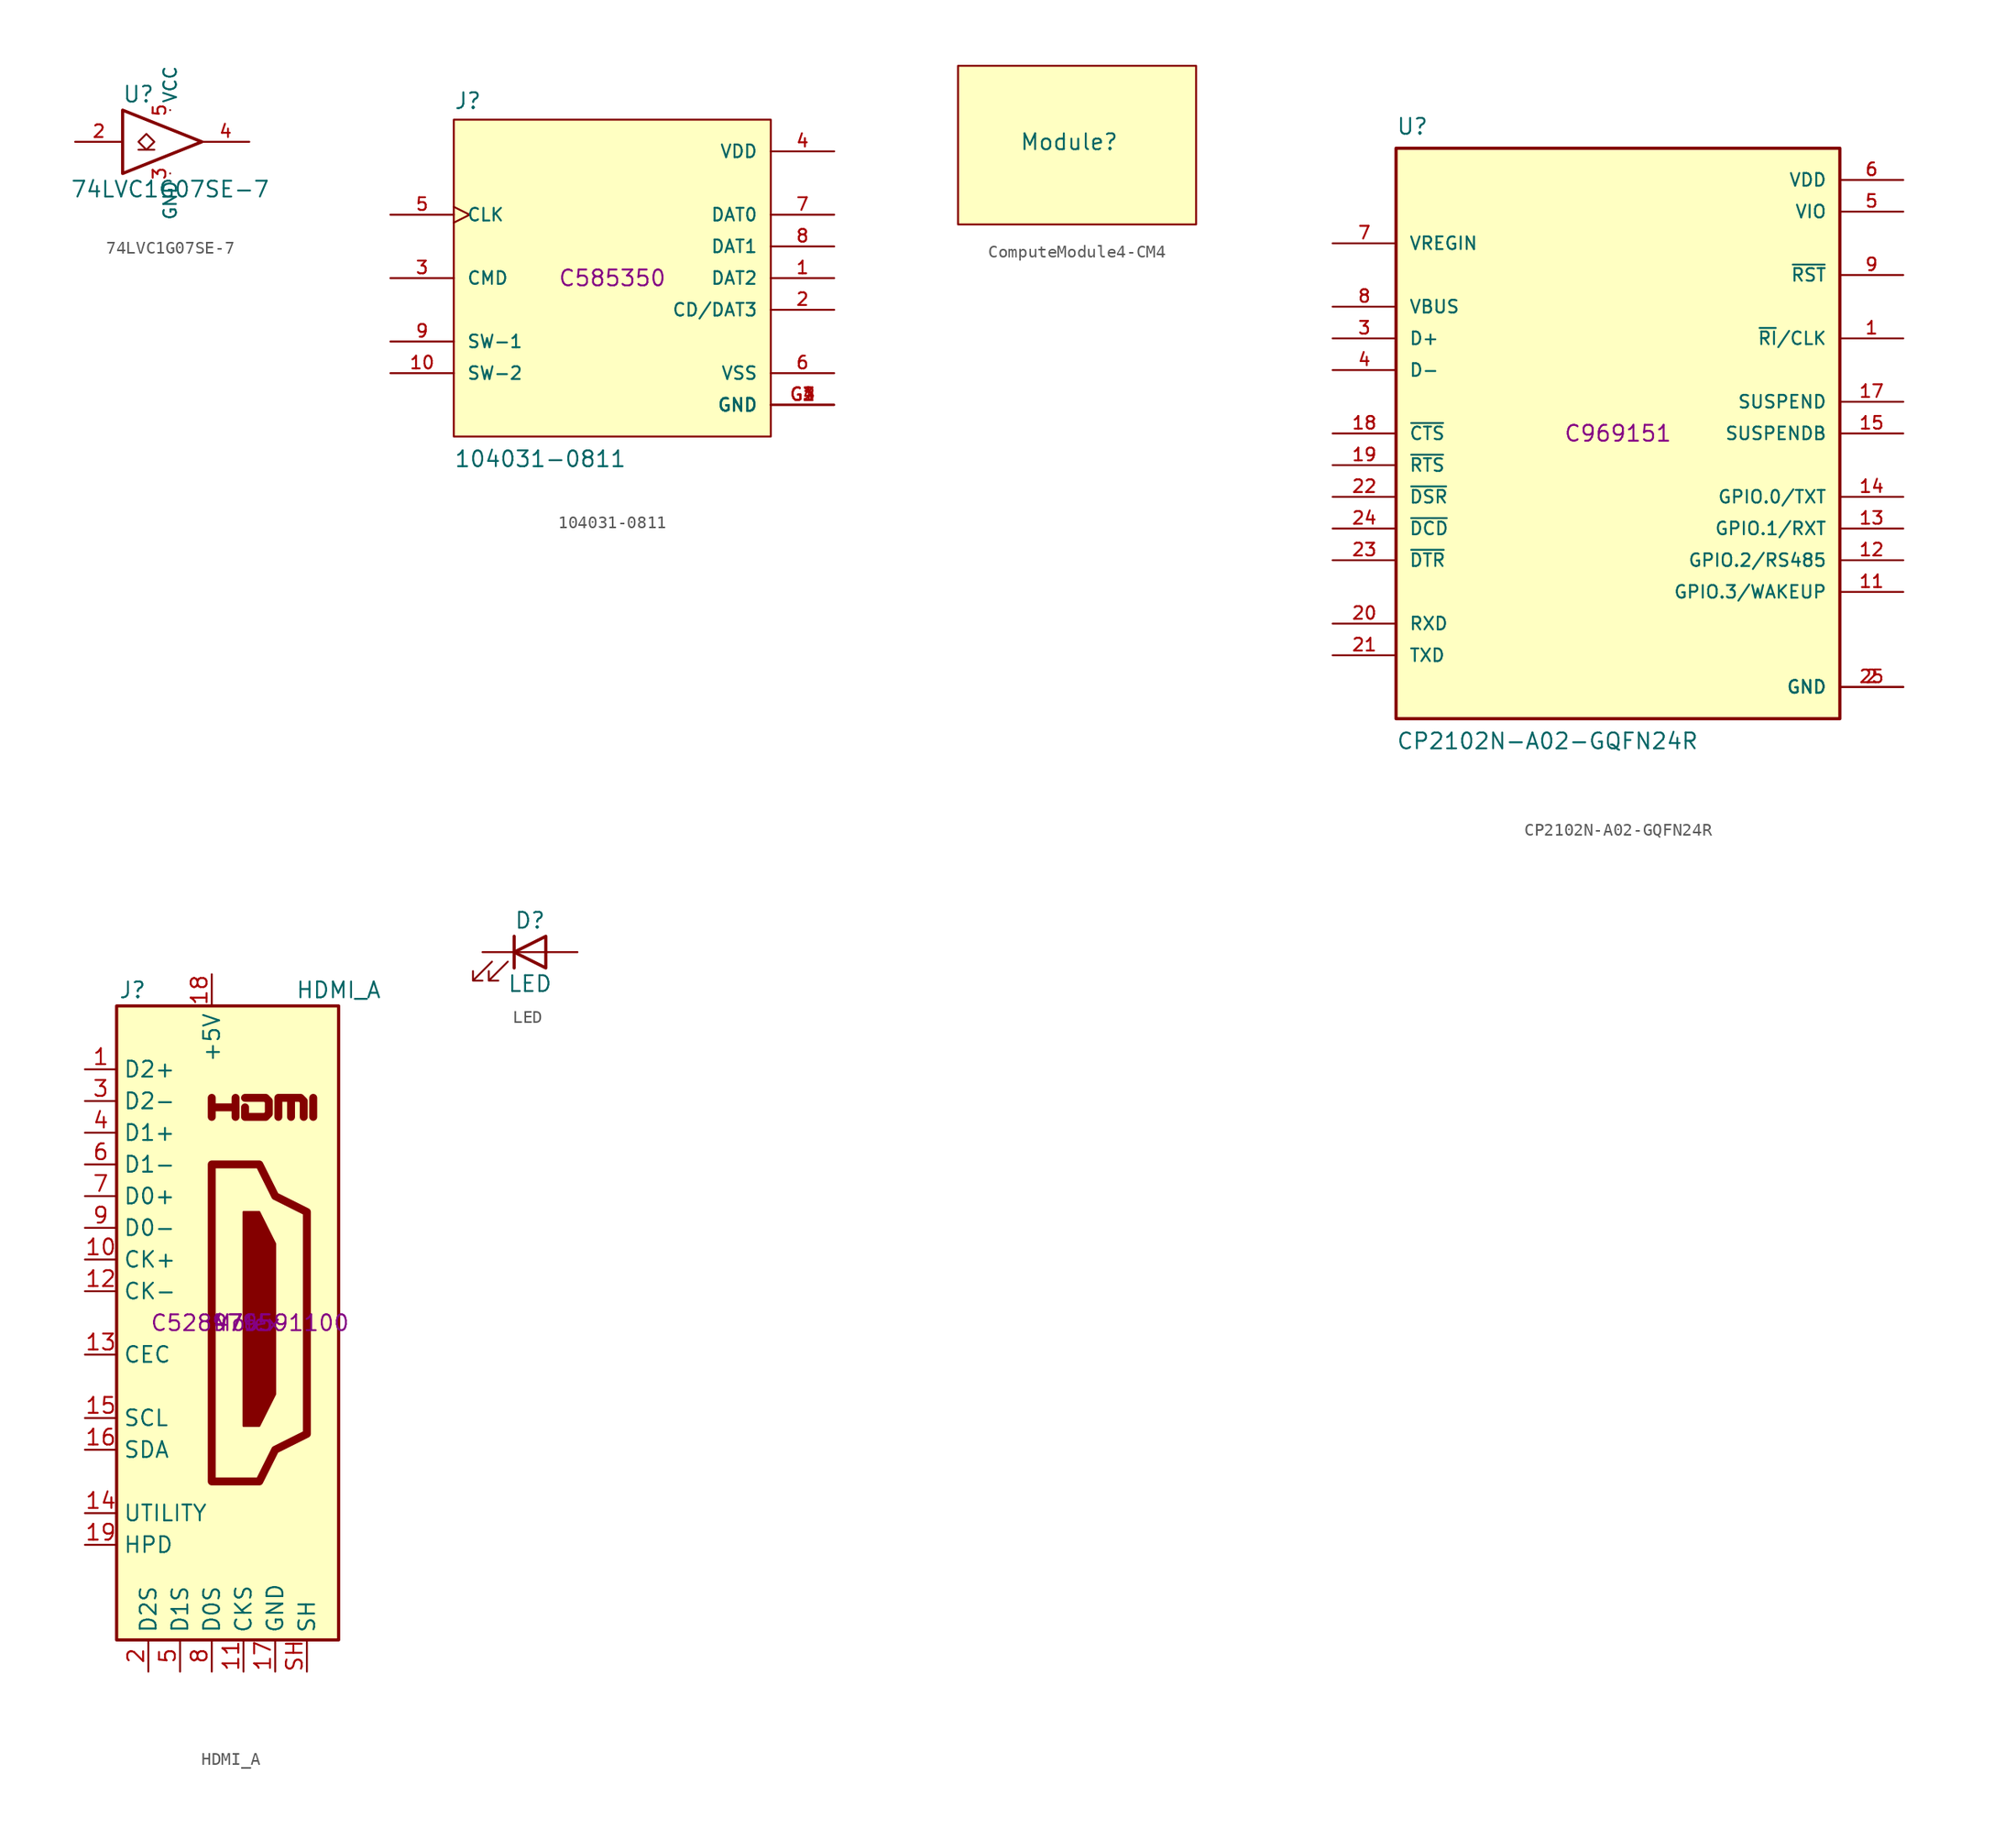
<source format=kicad_sym>
(kicad_symbol_lib
  (version 20241209)
  (generator "kicad_symbol_editor")
  (generator_version "9.0")
  (symbol "74LVC1G07SE-7"
    (property "Reference" "U"
      (at -2.54 3.81 0)
      (effects (font (size 1.27 1.27))))
    (property "Value" "74LVC1G07SE-7"
      (at 0 -3.81 0)
      (effects (font (size 1.27 1.27))))
    (symbol "74LVC1G07SE-7_0_1"
      (polyline (pts (xy -3.81 2.54) (xy -3.81 -2.54) (xy 2.54 0) (xy -3.81 2.54)) (stroke (width 0.254) (type default)) (fill (type none)))
      (polyline (pts (xy -2.54 -0.635) (xy -1.27 -0.635)) (stroke (width 0) (type default)) (fill (type none)))
      (polyline (pts (xy -1.905 0.635) (xy -2.54 0) (xy -1.905 -0.635) (xy -1.27 0) (xy -1.905 0.635)) (stroke (width 0) (type default)) (fill (type none))))
    (symbol "74LVC1G07SE-7_1_1"
      (pin input line (at -7.62 0 0) (length 3.81) (name "~" (effects (font (size 1.016 1.016)))) (number "2" (effects (font (size 1.016 1.016)))))
      (pin power_in line (at 0 2.54 90) (length 0) (name "VCC" (effects (font (size 1.016 1.016)))) (number "5" (effects (font (size 1.016 1.016)))))
      (pin power_in line (at 0 -2.54 270) (length 0) (name "GND" (effects (font (size 1.016 1.016)))) (number "3" (effects (font (size 1.016 1.016)))))
      (pin open_collector line (at 6.35 0 180) (length 3.81) (name "~" (effects (font (size 1.016 1.016)))) (number "4" (effects (font (size 1.016 1.016)))))))
  (symbol "104031-0811"
    (pin_names
      (offset 1.016))
    (property "Reference" "J"
      (at -12.7 13.462 0)
      (effects (font (size 1.27 1.27)) (justify left bottom)))
    (property "Value" "104031-0811"
      (at -12.7 -15.24 0)
      (effects (font (size 1.27 1.27)) (justify left bottom)))
    (property "JLCPCB Part #" "C585350"
      (at 0 0 0)
      (effects (font (size 1.27 1.27))))
    (symbol "104031-0811_0_0"
      (rectangle (start -12.7 -12.7) (end 12.7 12.7) (stroke (width 0.152) (type default)) (fill (type background)))
      (pin input clock (at -17.78 5.08 0) (length 5.08) (name "CLK" (effects (font (size 1.016 1.016)))) (number "5" (effects (font (size 1.016 1.016)))))
      (pin bidirectional line (at -17.78 0 0) (length 5.08) (name "CMD" (effects (font (size 1.016 1.016)))) (number "3" (effects (font (size 1.016 1.016)))))
      (pin passive line (at -17.78 -5.08 0) (length 5.08) (name "SW-1" (effects (font (size 1.016 1.016)))) (number "9" (effects (font (size 1.016 1.016)))))
      (pin passive line (at -17.78 -7.62 0) (length 5.08) (name "SW-2" (effects (font (size 1.016 1.016)))) (number "10" (effects (font (size 1.016 1.016)))))
      (pin power_in line (at 17.78 10.16 180) (length 5.08) (name "VDD" (effects (font (size 1.016 1.016)))) (number "4" (effects (font (size 1.016 1.016)))))
      (pin bidirectional line (at 17.78 5.08 180) (length 5.08) (name "DAT0" (effects (font (size 1.016 1.016)))) (number "7" (effects (font (size 1.016 1.016)))))
      (pin bidirectional line (at 17.78 2.54 180) (length 5.08) (name "DAT1" (effects (font (size 1.016 1.016)))) (number "8" (effects (font (size 1.016 1.016)))))
      (pin bidirectional line (at 17.78 0 180) (length 5.08) (name "DAT2" (effects (font (size 1.016 1.016)))) (number "1" (effects (font (size 1.016 1.016)))))
      (pin bidirectional line (at 17.78 -2.54 180) (length 5.08) (name "CD/DAT3" (effects (font (size 1.016 1.016)))) (number "2" (effects (font (size 1.016 1.016)))))
      (pin power_in line (at 17.78 -7.62 180) (length 5.08) (name "VSS" (effects (font (size 1.016 1.016)))) (number "6" (effects (font (size 1.016 1.016)))))
      (pin power_in line (at 17.78 -10.16 180) (length 5.08) (name "GND" (effects (font (size 1.016 1.016)))) (number "G1" (effects (font (size 1.016 1.016)))))
      (pin power_in line (at 17.78 -10.16 180) (length 5.08) (name "GND" (effects (font (size 1.016 1.016)))) (number "G2" (effects (font (size 1.016 1.016)))))
      (pin power_in line (at 17.78 -10.16 180) (length 5.08) (name "GND" (effects (font (size 1.016 1.016)))) (number "G3" (effects (font (size 1.016 1.016)))))
      (pin power_in line (at 17.78 -10.16 180) (length 5.08) (name "GND" (effects (font (size 1.016 1.016)))) (number "G4" (effects (font (size 1.016 1.016)))))))
  (symbol "ComputeModule4-CM4"
    (property "Reference" "Module"
      (at 0 0.254 0)
      (effects (font (size 1.27 1.27))))
    (symbol "ComputeModule4-CM4_1_1"
      (rectangle (start -8.89 6.35) (end 10.16 -6.35) (stroke (width 0) (type default)) (fill (type background)))))
  (symbol "CP2102N-A02-GQFN24R"
    (pin_names
      (offset 1.016))
    (property "Reference" "U"
      (at -17.78 23.86 0)
      (effects (font (size 1.27 1.27)) (justify left bottom)))
    (property "Value" "CP2102N-A02-GQFN24R"
      (at -17.78 -25.4 0)
      (effects (font (size 1.27 1.27)) (justify left bottom)))
    (property "JLCPCB Part #" "C969151"
      (at 0 0 0)
      (effects (font (size 1.27 1.27))))
    (symbol "CP2102N-A02-GQFN24R_0_0"
      (rectangle (start -17.78 -22.86) (end 17.78 22.86) (stroke (width 0.254) (type default)) (fill (type background)))
      (pin input line (at -22.86 15.24 0) (length 5.08) (name "VREGIN" (effects (font (size 1.016 1.016)))) (number "7" (effects (font (size 1.016 1.016)))))
      (pin input line (at -22.86 10.16 0) (length 5.08) (name "VBUS" (effects (font (size 1.016 1.016)))) (number "8" (effects (font (size 1.016 1.016)))))
      (pin bidirectional line (at -22.86 7.62 0) (length 5.08) (name "D+" (effects (font (size 1.016 1.016)))) (number "3" (effects (font (size 1.016 1.016)))))
      (pin bidirectional line (at -22.86 5.08 0) (length 5.08) (name "D-" (effects (font (size 1.016 1.016)))) (number "4" (effects (font (size 1.016 1.016)))))
      (pin input line (at -22.86 0 0) (length 5.08) (name "~{CTS}" (effects (font (size 1.016 1.016)))) (number "18" (effects (font (size 1.016 1.016)))))
      (pin output line (at -22.86 -2.54 0) (length 5.08) (name "~{RTS}" (effects (font (size 1.016 1.016)))) (number "19" (effects (font (size 1.016 1.016)))))
      (pin input line (at -22.86 -5.08 0) (length 5.08) (name "~{DSR}" (effects (font (size 1.016 1.016)))) (number "22" (effects (font (size 1.016 1.016)))))
      (pin input line (at -22.86 -7.62 0) (length 5.08) (name "~{DCD}" (effects (font (size 1.016 1.016)))) (number "24" (effects (font (size 1.016 1.016)))))
      (pin output line (at -22.86 -10.16 0) (length 5.08) (name "~{DTR}" (effects (font (size 1.016 1.016)))) (number "23" (effects (font (size 1.016 1.016)))))
      (pin input line (at -22.86 -15.24 0) (length 5.08) (name "RXD" (effects (font (size 1.016 1.016)))) (number "20" (effects (font (size 1.016 1.016)))))
      (pin output line (at -22.86 -17.78 0) (length 5.08) (name "TXD" (effects (font (size 1.016 1.016)))) (number "21" (effects (font (size 1.016 1.016)))))
      (pin power_in line (at 22.86 20.32 180) (length 5.08) (name "VDD" (effects (font (size 1.016 1.016)))) (number "6" (effects (font (size 1.016 1.016)))))
      (pin power_in line (at 22.86 17.78 180) (length 5.08) (name "VIO" (effects (font (size 1.016 1.016)))) (number "5" (effects (font (size 1.016 1.016)))))
      (pin bidirectional line (at 22.86 12.7 180) (length 5.08) (name "~{RST}" (effects (font (size 1.016 1.016)))) (number "9" (effects (font (size 1.016 1.016)))))
      (pin bidirectional line (at 22.86 7.62 180) (length 5.08) (name "~{RI}/CLK" (effects (font (size 1.016 1.016)))) (number "1" (effects (font (size 1.016 1.016)))))
      (pin output line (at 22.86 2.54 180) (length 5.08) (name "SUSPEND" (effects (font (size 1.016 1.016)))) (number "17" (effects (font (size 1.016 1.016)))))
      (pin output line (at 22.86 0 180) (length 5.08) (name "SUSPENDB" (effects (font (size 1.016 1.016)))) (number "15" (effects (font (size 1.016 1.016)))))
      (pin bidirectional line (at 22.86 -5.08 180) (length 5.08) (name "GPIO.0/TXT" (effects (font (size 1.016 1.016)))) (number "14" (effects (font (size 1.016 1.016)))))
      (pin bidirectional line (at 22.86 -7.62 180) (length 5.08) (name "GPIO.1/RXT" (effects (font (size 1.016 1.016)))) (number "13" (effects (font (size 1.016 1.016)))))
      (pin bidirectional line (at 22.86 -10.16 180) (length 5.08) (name "GPIO.2/RS485" (effects (font (size 1.016 1.016)))) (number "12" (effects (font (size 1.016 1.016)))))
      (pin bidirectional line (at 22.86 -12.7 180) (length 5.08) (name "GPIO.3/WAKEUP" (effects (font (size 1.016 1.016)))) (number "11" (effects (font (size 1.016 1.016)))))
      (pin power_in line (at 22.86 -20.32 180) (length 5.08) (name "GND" (effects (font (size 1.016 1.016)))) (number "2" (effects (font (size 1.016 1.016)))))
      (pin power_in line (at 22.86 -20.32 180) (length 5.08) (name "GND" (effects (font (size 1.016 1.016)))) (number "25" (effects (font (size 1.016 1.016)))))))
  (symbol "HDMI_A"
    (property "Reference" "J"
      (at -6.35 26.67 0)
      (effects (font (size 1.27 1.27))))
    (property "Value" "HDMI_A"
      (at 10.16 26.67 0)
      (effects (font (size 1.27 1.27))))
    (property "MPN" "476591100"
      (at 0 0 0)
      (effects (font (size 1.27 1.27)) (justify left)))
    (property "Manufacturer" "Molex"
      (at 0 0 0)
      (effects (font (size 1.27 1.27)) (justify left)))
    (property "JLCPCB Part #" "C5289795"
      (at 0 0 0)
      (effects (font (size 1.27 1.27))))
    (symbol "HDMI_A_0_0"
      (polyline (pts (xy 0 16.51) (xy 0 18.034) (xy 0 17.272) (xy 1.905 17.272) (xy 1.905 18.034) (xy 1.905 16.51)) (stroke (width 0.635) (type default)) (fill (type none)))
      (polyline (pts (xy 2.667 18.034) (xy 4.318 18.034) (xy 4.572 17.78) (xy 4.572 16.764) (xy 4.318 16.51) (xy 2.667 16.51) (xy 2.667 17.272)) (stroke (width 0.635) (type default)) (fill (type none)))
      (polyline (pts (xy 8.128 16.51) (xy 8.128 18.034)) (stroke (width 0.635) (type default)) (fill (type none))))
    (symbol "HDMI_A_0_1"
      (rectangle (start -7.62 25.4) (end 10.16 -25.4) (stroke (width 0.254) (type default)) (fill (type background)))
      (polyline (pts (xy 0 12.7) (xy 0 -12.7) (xy 3.81 -12.7) (xy 5.08 -10.16) (xy 7.62 -8.89) (xy 7.62 8.89) (xy 5.08 10.16) (xy 3.81 12.7) (xy 0 12.7)) (stroke (width 0.635) (type default)) (fill (type none)))
      (polyline (pts (xy 2.54 8.89) (xy 3.81 8.89) (xy 5.08 6.35) (xy 5.08 -5.715) (xy 3.81 -8.255) (xy 2.54 -8.255) (xy 2.54 8.89)) (stroke (width 0) (type default)) (fill (type outline)))
      (polyline (pts (xy 5.334 16.51) (xy 5.334 18.034) (xy 6.35 18.034) (xy 6.35 16.51) (xy 6.35 18.034) (xy 7.112 18.034) (xy 7.366 17.78) (xy 7.366 16.51)) (stroke (width 0.635) (type default)) (fill (type none))))
    (symbol "HDMI_A_1_1"
      (pin passive line (at -10.16 20.32 0) (length 2.54) (name "D2+" (effects (font (size 1.27 1.27)))) (number "1" (effects (font (size 1.27 1.27)))))
      (pin passive line (at -10.16 17.78 0) (length 2.54) (name "D2-" (effects (font (size 1.27 1.27)))) (number "3" (effects (font (size 1.27 1.27)))))
      (pin passive line (at -10.16 15.24 0) (length 2.54) (name "D1+" (effects (font (size 1.27 1.27)))) (number "4" (effects (font (size 1.27 1.27)))))
      (pin passive line (at -10.16 12.7 0) (length 2.54) (name "D1-" (effects (font (size 1.27 1.27)))) (number "6" (effects (font (size 1.27 1.27)))))
      (pin passive line (at -10.16 10.16 0) (length 2.54) (name "D0+" (effects (font (size 1.27 1.27)))) (number "7" (effects (font (size 1.27 1.27)))))
      (pin passive line (at -10.16 7.62 0) (length 2.54) (name "D0-" (effects (font (size 1.27 1.27)))) (number "9" (effects (font (size 1.27 1.27)))))
      (pin passive line (at -10.16 5.08 0) (length 2.54) (name "CK+" (effects (font (size 1.27 1.27)))) (number "10" (effects (font (size 1.27 1.27)))))
      (pin passive line (at -10.16 2.54 0) (length 2.54) (name "CK-" (effects (font (size 1.27 1.27)))) (number "12" (effects (font (size 1.27 1.27)))))
      (pin bidirectional line (at -10.16 -2.54 0) (length 2.54) (name "CEC" (effects (font (size 1.27 1.27)))) (number "13" (effects (font (size 1.27 1.27)))))
      (pin passive line (at -10.16 -7.62 0) (length 2.54) (name "SCL" (effects (font (size 1.27 1.27)))) (number "15" (effects (font (size 1.27 1.27)))))
      (pin bidirectional line (at -10.16 -10.16 0) (length 2.54) (name "SDA" (effects (font (size 1.27 1.27)))) (number "16" (effects (font (size 1.27 1.27)))))
      (pin passive line (at -10.16 -15.24 0) (length 2.54) (name "UTILITY" (effects (font (size 1.27 1.27)))) (number "14" (effects (font (size 1.27 1.27)))))
      (pin passive line (at -10.16 -17.78 0) (length 2.54) (name "HPD" (effects (font (size 1.27 1.27)))) (number "19" (effects (font (size 1.27 1.27)))))
      (pin power_in line (at -5.08 -27.94 90) (length 2.54) (name "D2S" (effects (font (size 1.27 1.27)))) (number "2" (effects (font (size 1.27 1.27)))))
      (pin power_in line (at -2.54 -27.94 90) (length 2.54) (name "D1S" (effects (font (size 1.27 1.27)))) (number "5" (effects (font (size 1.27 1.27)))))
      (pin power_in line (at 0 27.94 270) (length 2.54) (name "+5V" (effects (font (size 1.27 1.27)))) (number "18" (effects (font (size 1.27 1.27)))))
      (pin power_in line (at 0 -27.94 90) (length 2.54) (name "D0S" (effects (font (size 1.27 1.27)))) (number "8" (effects (font (size 1.27 1.27)))))
      (pin power_in line (at 2.54 -27.94 90) (length 2.54) (name "CKS" (effects (font (size 1.27 1.27)))) (number "11" (effects (font (size 1.27 1.27)))))
      (pin power_in line (at 5.08 -27.94 90) (length 2.54) (name "GND" (effects (font (size 1.27 1.27)))) (number "17" (effects (font (size 1.27 1.27)))))
      (pin passive line (at 7.62 -27.94 90) (length 2.54) (name "SH" (effects (font (size 1.27 1.27)))) (number "SH" (effects (font (size 1.27 1.27)))))))
  (symbol "LED"
    (pin_numbers
      (hide yes))
    (pin_names
      (hide yes))
    (property "Reference" "D"
      (at 0 2.54 0)
      (effects (font (size 1.27 1.27))))
    (property "Value" "LED"
      (at 0 -2.54 0)
      (effects (font (size 1.27 1.27))))
    (symbol "LED_0_1"
      (polyline (pts (xy -3.048 -0.762) (xy -4.572 -2.286) (xy -3.81 -2.286) (xy -4.572 -2.286) (xy -4.572 -1.524)) (stroke (width 0) (type default)) (fill (type none)))
      (polyline (pts (xy -1.778 -0.762) (xy -3.302 -2.286) (xy -2.54 -2.286) (xy -3.302 -2.286) (xy -3.302 -1.524)) (stroke (width 0) (type default)) (fill (type none)))
      (polyline (pts (xy -1.27 0) (xy 1.27 0)) (stroke (width 0) (type default)) (fill (type none)))
      (polyline (pts (xy -1.27 -1.27) (xy -1.27 1.27)) (stroke (width 0.254) (type default)) (fill (type none)))
      (polyline (pts (xy 1.27 -1.27) (xy 1.27 1.27) (xy -1.27 0) (xy 1.27 -1.27)) (stroke (width 0.254) (type default)) (fill (type none))))
    (symbol "LED_1_1"
      (pin passive line (at -3.81 0 0) (length 2.54) (name "K" (effects (font (size 1.27 1.27)))) (number "1" (effects (font (size 1.27 1.27)))))
      (pin passive line (at 3.81 0 180) (length 2.54) (name "A" (effects (font (size 1.27 1.27)))) (number "2" (effects (font (size 1.27 1.27))))))))
</source>
